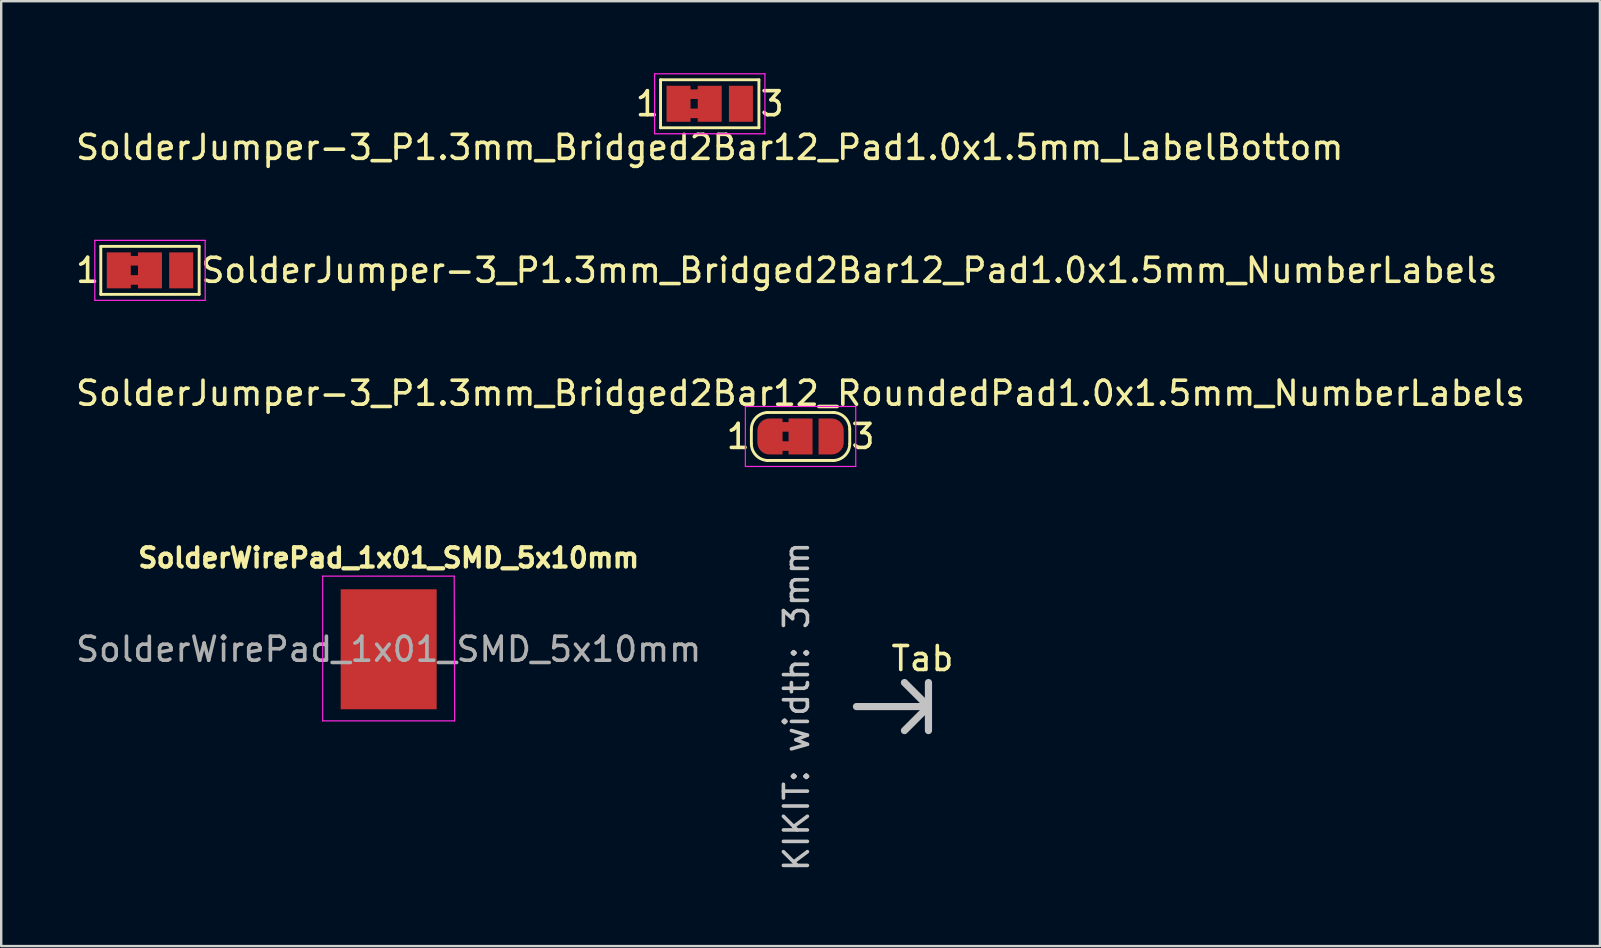
<source format=kicad_pcb>
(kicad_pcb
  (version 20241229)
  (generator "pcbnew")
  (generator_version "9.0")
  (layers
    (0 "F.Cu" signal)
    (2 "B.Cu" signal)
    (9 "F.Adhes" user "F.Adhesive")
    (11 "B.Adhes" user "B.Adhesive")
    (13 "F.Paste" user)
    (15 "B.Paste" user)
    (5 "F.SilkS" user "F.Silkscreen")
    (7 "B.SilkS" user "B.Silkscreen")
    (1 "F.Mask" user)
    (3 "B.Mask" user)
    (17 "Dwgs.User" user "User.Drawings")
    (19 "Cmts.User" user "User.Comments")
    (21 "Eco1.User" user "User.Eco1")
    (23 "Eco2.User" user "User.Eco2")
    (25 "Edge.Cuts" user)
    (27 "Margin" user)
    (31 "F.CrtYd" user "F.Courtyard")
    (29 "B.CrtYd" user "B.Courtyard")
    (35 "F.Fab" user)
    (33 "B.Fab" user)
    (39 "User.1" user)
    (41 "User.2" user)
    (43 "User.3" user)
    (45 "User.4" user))
  (footprint "SolderJumper-3_P1.3mm_Bridged2Bar12_Pad1.0x1.5mm_NumberLabels"
    (layer "F.Cu")
    (at 3.201 8.218)
    (property "Reference" "SolderJumper-3_P1.3mm_Bridged2Bar12_Pad1.0x1.5mm_NumberLabels" (at 2.05 0 0) (unlocked yes) (layer "F.SilkS") (effects (font (size 1 1) (thickness 0.15)) (justify left)))
    (attr exclude_from_pos_files exclude_from_bom)
    (fp_poly (pts (xy -0.9 -0.6) (xy -0.4 -0.6) (xy -0.4 -0.2) (xy -0.9 -0.2)) (stroke (width 0) (type solid)) (fill yes) (layer "F.Cu"))
    (fp_poly (pts (xy -0.9 0.2) (xy -0.4 0.2) (xy -0.4 0.6) (xy -0.9 0.6)) (stroke (width 0) (type solid)) (fill yes) (layer "F.Cu"))
    (fp_line (start -2.05 -1) (end 2.05 -1) (stroke (width 0.12) (type solid)) (layer "F.SilkS"))
    (fp_line (start -2.05 1) (end -2.05 -1) (stroke (width 0.12) (type solid)) (layer "F.SilkS"))
    (fp_line (start 2.05 -1) (end 2.05 1) (stroke (width 0.12) (type solid)) (layer "F.SilkS"))
    (fp_line (start 2.05 1) (end -2.05 1) (stroke (width 0.12) (type solid)) (layer "F.SilkS"))
    (fp_line (start -2.3 -1.25) (end -2.3 1.25) (stroke (width 0.05) (type solid)) (layer "F.CrtYd"))
    (fp_line (start -2.3 -1.25) (end 2.3 -1.25) (stroke (width 0.05) (type solid)) (layer "F.CrtYd"))
    (fp_line (start 2.3 1.25) (end -2.3 1.25) (stroke (width 0.05) (type solid)) (layer "F.CrtYd"))
    (fp_line (start 2.3 1.25) (end 2.3 -1.25) (stroke (width 0.05) (type solid)) (layer "F.CrtYd"))
    (fp_text user "1" (at -2.6 0 0) (layer "F.SilkS") (effects (font (size 1 1) (thickness 0.15))))
    (pad "1" smd rect (at -1.3 0) (size 1 1.5) (layers "F.Cu" "F.Mask"))
    (pad "2" smd rect (at 0 0) (size 1 1.5) (layers "F.Cu" "F.Mask"))
    (pad "3" smd rect (at 1.3 0) (size 1 1.5) (layers "F.Cu" "F.Mask")))
  (footprint "Tab"
    (layer "F.Cu")
    (at 35.646 26.398)
    (property "Reference" "Tab" (at -0.25 -2 0) (layer "F.SilkS") (effects (font (size 1 1) (thickness 0.15))))
    (attr board_only exclude_from_pos_files exclude_from_bom allow_missing_courtyard)
    (fp_line (start 0 0) (end -3 0) (stroke (width 0.3) (type solid)) (layer "Dwgs.User"))
    (fp_line (start 0 0) (end -1 -1) (stroke (width 0.3) (type solid)) (layer "Dwgs.User"))
    (fp_line (start 0 0) (end -1 1) (stroke (width 0.3) (type solid)) (layer "Dwgs.User"))
    (fp_line (start 0 1) (end 0 -1) (stroke (width 0.3) (type solid)) (layer "Dwgs.User"))
    (fp_text user "KIKIT: width: 3mm" (at -5.5 0 90) (layer "Dwgs.User") (effects (font (size 1 1) (thickness 0.15)))))
  (footprint "SolderWirePad_1x01_SMD_5x10mm"
    (layer "F.Cu")
    (at 13.149 24.01)
    (property "Reference" "SolderWirePad_1x01_SMD_5x10mm" (at 0 -3.81 0) (layer "F.SilkS") (effects (font (size 0.8 0.8) (thickness 0.18))))
    (attr smd exclude_from_pos_files exclude_from_bom)
    (fp_line (start -2.75 -3.048) (end -2.75 2.985) (stroke (width 0.05) (type solid)) (layer "F.CrtYd"))
    (fp_line (start -2.75 2.985) (end 2.75 2.985) (stroke (width 0.05) (type solid)) (layer "F.CrtYd"))
    (fp_line (start 2.731 -3.048) (end -2.75 -3.048) (stroke (width 0.05) (type solid)) (layer "F.CrtYd"))
    (fp_line (start 2.75 2.985) (end 2.731 -3.048) (stroke (width 0.05) (type solid)) (layer "F.CrtYd"))
    (fp_text user "${REFERENCE}" (at 0 0 0) (layer "F.Fab") (effects (font (size 1 1) (thickness 0.15))))
    (pad "1" smd rect (at 0 0) (size 4 5) (layers "F.Cu" "F.Mask" "F.Paste")))
  (footprint "SolderJumper-3_P1.3mm_Bridged2Bar12_RoundedPad1.0x1.5mm_NumberLabels"
    (layer "F.Cu")
    (at 30.315 15.141)
    (property "Reference" "SolderJumper-3_P1.3mm_Bridged2Bar12_RoundedPad1.0x1.5mm_NumberLabels" (at 0 -1.8 0) (layer "F.SilkS") (effects (font (size 1 1) (thickness 0.15))))
    (attr exclude_from_pos_files)
    (fp_poly (pts (xy -0.9 -0.6) (xy -0.4 -0.6) (xy -0.4 -0.2) (xy -0.9 -0.2)) (stroke (width 0) (type solid)) (fill yes) (layer "F.Cu"))
    (fp_poly (pts (xy -0.9 0.2) (xy -0.4 0.2) (xy -0.4 0.6) (xy -0.9 0.6)) (stroke (width 0) (type solid)) (fill yes) (layer "F.Cu"))
    (fp_line (start -2.05 0.3) (end -2.05 -0.3) (stroke (width 0.12) (type solid)) (layer "F.SilkS"))
    (fp_line (start -1.4 -1) (end 1.4 -1) (stroke (width 0.12) (type solid)) (layer "F.SilkS"))
    (fp_line (start 1.4 1) (end -1.4 1) (stroke (width 0.12) (type solid)) (layer "F.SilkS"))
    (fp_line (start 2.05 -0.3) (end 2.05 0.3) (stroke (width 0.12) (type solid)) (layer "F.SilkS"))
    (fp_arc (start -2.05 -0.3) (mid -1.844975 -0.794975) (end -1.35 -1) (stroke (width 0.12) (type solid)) (layer "F.SilkS"))
    (fp_arc (start -1.35 1) (mid -1.844975 0.794975) (end -2.05 0.3) (stroke (width 0.12) (type solid)) (layer "F.SilkS"))
    (fp_arc (start 1.35 -1) (mid 1.844975 -0.794975) (end 2.05 -0.3) (stroke (width 0.12) (type solid)) (layer "F.SilkS"))
    (fp_arc (start 2.05 0.3) (mid 1.844975 0.794975) (end 1.35 1) (stroke (width 0.12) (type solid)) (layer "F.SilkS"))
    (fp_line (start -2.3 -1.25) (end -2.3 1.25) (stroke (width 0.05) (type solid)) (layer "F.CrtYd"))
    (fp_line (start -2.3 -1.25) (end 2.3 -1.25) (stroke (width 0.05) (type solid)) (layer "F.CrtYd"))
    (fp_line (start 2.3 1.25) (end -2.3 1.25) (stroke (width 0.05) (type solid)) (layer "F.CrtYd"))
    (fp_line (start 2.3 1.25) (end 2.3 -1.25) (stroke (width 0.05) (type solid)) (layer "F.CrtYd"))
    (fp_text user "1" (at -2.6 0 0) (layer "F.SilkS") (effects (font (size 1 1) (thickness 0.15))))
    (fp_text user "3" (at 2.6 0 0) (layer "F.SilkS") (effects (font (size 1 1) (thickness 0.15))))
    (pad "1" smd custom (at -1.3 0) (size 1 0.5) (layers "F.Cu" "F.Mask") (options (anchor rect)) (primitives (gr_circle (center 0 0.25) (end 0.5 0.25) (width 0) (fill yes)) (gr_circle (center 0 -0.25) (end 0.5 -0.25) (width 0) (fill yes)) (gr_poly (pts (xy 0.55 0.75) (xy 0 0.75) (xy 0 -0.75) (xy 0.55 -0.75)) (width 0) (fill yes))))
    (pad "2" smd rect (at 0 0) (size 1 1.5) (layers "F.Cu" "F.Mask"))
    (pad "3" smd custom (at 1.3 0) (size 1 0.5) (layers "F.Cu" "F.Mask") (options (anchor rect)) (primitives (gr_circle (center 0 0.25) (end 0.5 0.25) (width 0) (fill yes)) (gr_circle (center 0 -0.25) (end 0.5 -0.25) (width 0) (fill yes)) (gr_poly (pts (xy 0 0.75) (xy -0.55 0.75) (xy -0.55 -0.75) (xy 0 -0.75)) (width 0) (fill yes)))))
  (footprint "SolderJumper-3_P1.3mm_Bridged2Bar12_Pad1.0x1.5mm_LabelBottom"
    (layer "F.Cu")
    (at 26.53 1.275)
    (property "Reference" "SolderJumper-3_P1.3mm_Bridged2Bar12_Pad1.0x1.5mm_LabelBottom" (at 0 1.82 0) (layer "F.SilkS") (effects (font (size 1 1) (thickness 0.15))))
    (attr exclude_from_pos_files exclude_from_bom)
    (fp_poly (pts (xy -0.9 -0.6) (xy -0.4 -0.6) (xy -0.4 -0.2) (xy -0.9 -0.2)) (stroke (width 0) (type solid)) (fill yes) (layer "F.Cu"))
    (fp_poly (pts (xy -0.9 0.2) (xy -0.4 0.2) (xy -0.4 0.6) (xy -0.9 0.6)) (stroke (width 0) (type solid)) (fill yes) (layer "F.Cu"))
    (fp_line (start -2.05 -1) (end 2.05 -1) (stroke (width 0.12) (type solid)) (layer "F.SilkS"))
    (fp_line (start -2.05 1) (end -2.05 -1) (stroke (width 0.12) (type solid)) (layer "F.SilkS"))
    (fp_line (start 2.05 -1) (end 2.05 1) (stroke (width 0.12) (type solid)) (layer "F.SilkS"))
    (fp_line (start 2.05 1) (end -2.05 1) (stroke (width 0.12) (type solid)) (layer "F.SilkS"))
    (fp_line (start -2.3 -1.25) (end -2.3 1.25) (stroke (width 0.05) (type solid)) (layer "F.CrtYd"))
    (fp_line (start -2.3 -1.25) (end 2.3 -1.25) (stroke (width 0.05) (type solid)) (layer "F.CrtYd"))
    (fp_line (start 2.3 1.25) (end -2.3 1.25) (stroke (width 0.05) (type solid)) (layer "F.CrtYd"))
    (fp_line (start 2.3 1.25) (end 2.3 -1.25) (stroke (width 0.05) (type solid)) (layer "F.CrtYd"))
    (fp_text user "1" (at -2.6 0 0) (layer "F.SilkS") (effects (font (size 1 1) (thickness 0.15))))
    (fp_text user "3" (at 2.6 0 0) (layer "F.SilkS") (effects (font (size 1 1) (thickness 0.15))))
    (pad "1" smd rect (at -1.3 0) (size 1 1.5) (layers "F.Cu" "F.Mask"))
    (pad "2" smd rect (at 0 0) (size 1 1.5) (layers "F.Cu" "F.Mask"))
    (pad "3" smd rect (at 1.3 0) (size 1 1.5) (layers "F.Cu" "F.Mask")))
  (gr_rect
    (start -3 -3)
    (end 63.631 36.381)
    (stroke (width 0.1) (type default))
    (fill no)
    (layer "Edge.Cuts")))
</source>
